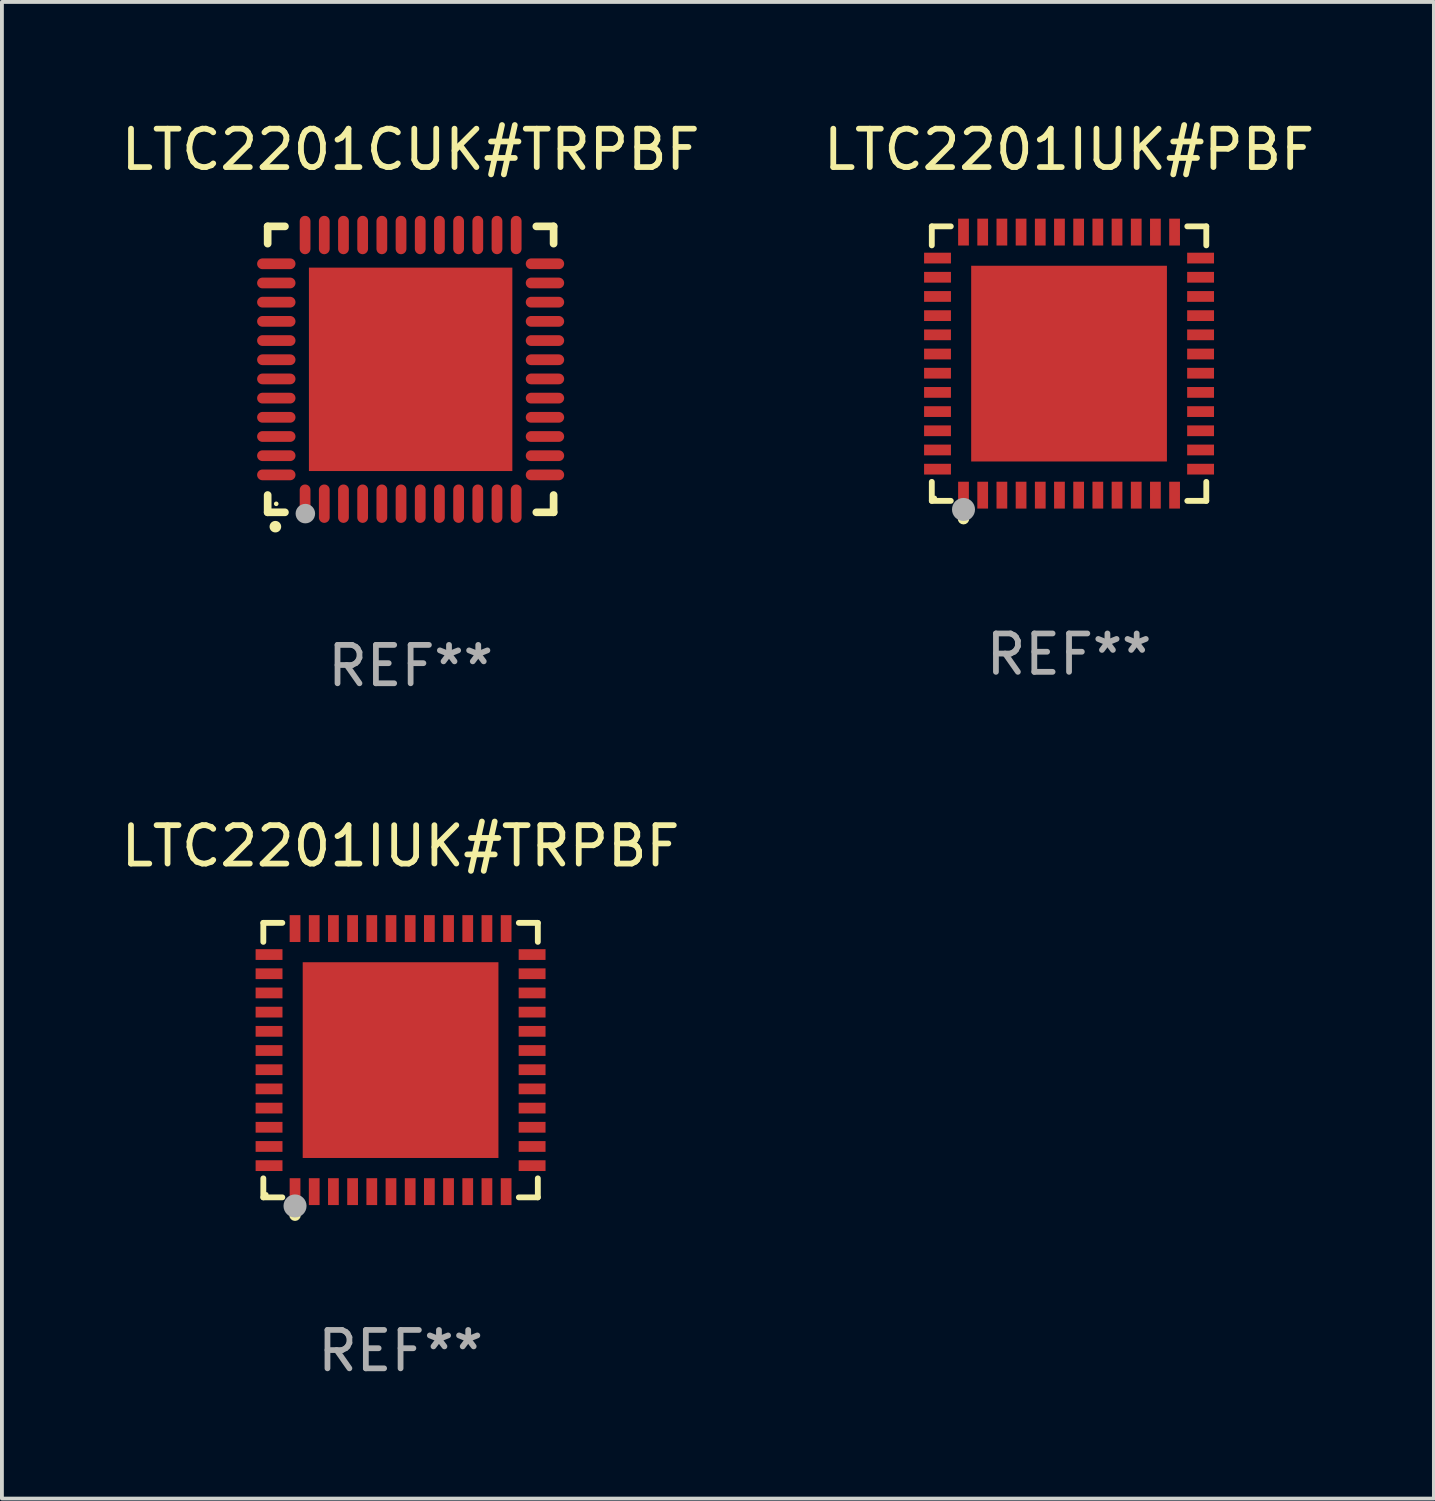
<source format=kicad_pcb>
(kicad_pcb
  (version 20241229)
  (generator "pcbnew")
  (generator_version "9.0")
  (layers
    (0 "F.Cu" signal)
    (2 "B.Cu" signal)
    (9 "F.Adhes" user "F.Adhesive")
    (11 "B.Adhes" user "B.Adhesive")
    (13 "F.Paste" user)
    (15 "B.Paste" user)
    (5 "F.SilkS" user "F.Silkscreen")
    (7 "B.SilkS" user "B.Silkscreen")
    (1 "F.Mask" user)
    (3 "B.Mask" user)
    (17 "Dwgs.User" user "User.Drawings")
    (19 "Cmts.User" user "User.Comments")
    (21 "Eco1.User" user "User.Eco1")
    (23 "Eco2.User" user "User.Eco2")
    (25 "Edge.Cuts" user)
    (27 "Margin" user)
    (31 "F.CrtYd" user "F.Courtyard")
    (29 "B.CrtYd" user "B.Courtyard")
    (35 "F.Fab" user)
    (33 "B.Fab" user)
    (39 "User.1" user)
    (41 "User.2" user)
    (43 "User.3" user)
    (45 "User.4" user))
  (footprint "LTC2201IUK#PBF"
    (layer "F.Cu")
    (at 24.804 6.424)
    (property "Reference" "LTC2201IUK#PBF" (at 0 -5.576 0) (layer "F.SilkS") (effects (font (size 1 1) (thickness 0.15))))
    (attr through_hole)
    (fp_line (start -3.576 -3.576) (end -3.081 -3.576) (stroke (width 0.152) (type solid)) (layer "F.SilkS"))
    (fp_line (start -3.576 -3.081) (end -3.576 -3.576) (stroke (width 0.152) (type solid)) (layer "F.SilkS"))
    (fp_line (start -3.576 3.081) (end -3.576 3.576) (stroke (width 0.152) (type solid)) (layer "F.SilkS"))
    (fp_line (start -3.576 3.576) (end -3.081 3.576) (stroke (width 0.152) (type solid)) (layer "F.SilkS"))
    (fp_line (start 3.576 -3.576) (end 3.081 -3.576) (stroke (width 0.152) (type solid)) (layer "F.SilkS"))
    (fp_line (start 3.576 -3.081) (end 3.576 -3.576) (stroke (width 0.152) (type solid)) (layer "F.SilkS"))
    (fp_line (start 3.576 3.081) (end 3.576 3.576) (stroke (width 0.152) (type solid)) (layer "F.SilkS"))
    (fp_line (start 3.576 3.576) (end 3.081 3.576) (stroke (width 0.152) (type solid)) (layer "F.SilkS"))
    (fp_circle (center -3.5 3.5) (end -3.47 3.5) (stroke (width 0.06) (type solid)) (fill no) (layer "F.SilkS"))
    (fp_circle (center -2.75 4.04) (end -2.675 4.04) (stroke (width 0.15) (type solid)) (fill no) (layer "F.SilkS"))
    (fp_circle (center -2.75 3.8) (end -2.6 3.8) (stroke (width 0.3) (type solid)) (fill no) (layer "F.Fab"))
    (fp_text user "REF**" (at 0 7.576 0) (layer "F.Fab") (effects (font (size 1 1) (thickness 0.15))))
    (pad "1" smd rect (at -2.75 3.427) (size 0.28 0.7) (layers "F.Cu" "F.Mask" "F.Paste"))
    (pad "2" smd rect (at -2.25 3.427) (size 0.28 0.7) (layers "F.Cu" "F.Mask" "F.Paste"))
    (pad "3" smd rect (at -1.75 3.427) (size 0.28 0.7) (layers "F.Cu" "F.Mask" "F.Paste"))
    (pad "4" smd rect (at -1.25 3.427) (size 0.28 0.7) (layers "F.Cu" "F.Mask" "F.Paste"))
    (pad "5" smd rect (at -0.75 3.427) (size 0.28 0.7) (layers "F.Cu" "F.Mask" "F.Paste"))
    (pad "6" smd rect (at -0.25 3.427) (size 0.28 0.7) (layers "F.Cu" "F.Mask" "F.Paste"))
    (pad "7" smd rect (at 0.25 3.427) (size 0.28 0.7) (layers "F.Cu" "F.Mask" "F.Paste"))
    (pad "8" smd rect (at 0.75 3.427) (size 0.28 0.7) (layers "F.Cu" "F.Mask" "F.Paste"))
    (pad "9" smd rect (at 1.25 3.427) (size 0.28 0.7) (layers "F.Cu" "F.Mask" "F.Paste"))
    (pad "10" smd rect (at 1.75 3.427) (size 0.28 0.7) (layers "F.Cu" "F.Mask" "F.Paste"))
    (pad "11" smd rect (at 2.25 3.427) (size 0.28 0.7) (layers "F.Cu" "F.Mask" "F.Paste"))
    (pad "12" smd rect (at 2.75 3.427) (size 0.28 0.7) (layers "F.Cu" "F.Mask" "F.Paste"))
    (pad "13" smd rect (at 3.427 2.75) (size 0.7 0.28) (layers "F.Cu" "F.Mask" "F.Paste"))
    (pad "14" smd rect (at 3.427 2.25) (size 0.7 0.28) (layers "F.Cu" "F.Mask" "F.Paste"))
    (pad "15" smd rect (at 3.427 1.75) (size 0.7 0.28) (layers "F.Cu" "F.Mask" "F.Paste"))
    (pad "16" smd rect (at 3.427 1.25) (size 0.7 0.28) (layers "F.Cu" "F.Mask" "F.Paste"))
    (pad "17" smd rect (at 3.427 0.75) (size 0.7 0.28) (layers "F.Cu" "F.Mask" "F.Paste"))
    (pad "18" smd rect (at 3.427 0.25) (size 0.7 0.28) (layers "F.Cu" "F.Mask" "F.Paste"))
    (pad "19" smd rect (at 3.427 -0.25) (size 0.7 0.28) (layers "F.Cu" "F.Mask" "F.Paste"))
    (pad "20" smd rect (at 3.427 -0.75) (size 0.7 0.28) (layers "F.Cu" "F.Mask" "F.Paste"))
    (pad "21" smd rect (at 3.427 -1.25) (size 0.7 0.28) (layers "F.Cu" "F.Mask" "F.Paste"))
    (pad "22" smd rect (at 3.427 -1.75) (size 0.7 0.28) (layers "F.Cu" "F.Mask" "F.Paste"))
    (pad "23" smd rect (at 3.427 -2.25) (size 0.7 0.28) (layers "F.Cu" "F.Mask" "F.Paste"))
    (pad "24" smd rect (at 3.427 -2.75) (size 0.7 0.28) (layers "F.Cu" "F.Mask" "F.Paste"))
    (pad "25" smd rect (at 2.75 -3.427) (size 0.28 0.7) (layers "F.Cu" "F.Mask" "F.Paste"))
    (pad "26" smd rect (at 2.25 -3.427) (size 0.28 0.7) (layers "F.Cu" "F.Mask" "F.Paste"))
    (pad "27" smd rect (at 1.75 -3.427) (size 0.28 0.7) (layers "F.Cu" "F.Mask" "F.Paste"))
    (pad "28" smd rect (at 1.25 -3.427) (size 0.28 0.7) (layers "F.Cu" "F.Mask" "F.Paste"))
    (pad "29" smd rect (at 0.75 -3.427) (size 0.28 0.7) (layers "F.Cu" "F.Mask" "F.Paste"))
    (pad "30" smd rect (at 0.25 -3.427) (size 0.28 0.7) (layers "F.Cu" "F.Mask" "F.Paste"))
    (pad "31" smd rect (at -0.25 -3.427) (size 0.28 0.7) (layers "F.Cu" "F.Mask" "F.Paste"))
    (pad "32" smd rect (at -0.75 -3.427) (size 0.28 0.7) (layers "F.Cu" "F.Mask" "F.Paste"))
    (pad "33" smd rect (at -1.25 -3.427) (size 0.28 0.7) (layers "F.Cu" "F.Mask" "F.Paste"))
    (pad "34" smd rect (at -1.75 -3.427) (size 0.28 0.7) (layers "F.Cu" "F.Mask" "F.Paste"))
    (pad "35" smd rect (at -2.25 -3.427) (size 0.28 0.7) (layers "F.Cu" "F.Mask" "F.Paste"))
    (pad "36" smd rect (at -2.75 -3.427) (size 0.28 0.7) (layers "F.Cu" "F.Mask" "F.Paste"))
    (pad "37" smd rect (at -3.427 -2.75) (size 0.7 0.28) (layers "F.Cu" "F.Mask" "F.Paste"))
    (pad "38" smd rect (at -3.427 -2.25) (size 0.7 0.28) (layers "F.Cu" "F.Mask" "F.Paste"))
    (pad "39" smd rect (at -3.427 -1.75) (size 0.7 0.28) (layers "F.Cu" "F.Mask" "F.Paste"))
    (pad "40" smd rect (at -3.427 -1.25) (size 0.7 0.28) (layers "F.Cu" "F.Mask" "F.Paste"))
    (pad "41" smd rect (at -3.427 -0.75) (size 0.7 0.28) (layers "F.Cu" "F.Mask" "F.Paste"))
    (pad "42" smd rect (at -3.427 -0.25) (size 0.7 0.28) (layers "F.Cu" "F.Mask" "F.Paste"))
    (pad "43" smd rect (at -3.427 0.25) (size 0.7 0.28) (layers "F.Cu" "F.Mask" "F.Paste"))
    (pad "44" smd rect (at -3.427 0.75) (size 0.7 0.28) (layers "F.Cu" "F.Mask" "F.Paste"))
    (pad "45" smd rect (at -3.427 1.25) (size 0.7 0.28) (layers "F.Cu" "F.Mask" "F.Paste"))
    (pad "46" smd rect (at -3.427 1.75) (size 0.7 0.28) (layers "F.Cu" "F.Mask" "F.Paste"))
    (pad "47" smd rect (at -3.427 2.25) (size 0.7 0.28) (layers "F.Cu" "F.Mask" "F.Paste"))
    (pad "48" smd rect (at -3.427 2.75) (size 0.7 0.28) (layers "F.Cu" "F.Mask" "F.Paste"))
    (pad "49" smd rect (at 0 0) (size 5.1 5.1) (layers "F.Cu" "F.Mask" "F.Paste")))
  (footprint "LTC2201CUK#TRPBF"
    (layer "F.Cu")
    (at 7.649 6.573)
    (property "Reference" "LTC2201CUK#TRPBF" (at 0 -5.725 0) (layer "F.SilkS") (effects (font (size 1 1) (thickness 0.15))))
    (attr through_hole)
    (fp_line (start -3.725 -3.725) (end -3.275 -3.725) (stroke (width 0.2) (type solid)) (layer "F.SilkS"))
    (fp_line (start -3.725 -3.275) (end -3.725 -3.725) (stroke (width 0.2) (type solid)) (layer "F.SilkS"))
    (fp_line (start -3.725 3.725) (end -3.725 3.275) (stroke (width 0.2) (type solid)) (layer "F.SilkS"))
    (fp_line (start -3.275 3.725) (end -3.725 3.725) (stroke (width 0.2) (type solid)) (layer "F.SilkS"))
    (fp_line (start 3.275 3.725) (end 3.725 3.725) (stroke (width 0.2) (type solid)) (layer "F.SilkS"))
    (fp_line (start 3.725 -3.725) (end 3.275 -3.725) (stroke (width 0.2) (type solid)) (layer "F.SilkS"))
    (fp_line (start 3.725 -3.275) (end 3.725 -3.725) (stroke (width 0.2) (type solid)) (layer "F.SilkS"))
    (fp_line (start 3.725 3.725) (end 3.725 3.275) (stroke (width 0.2) (type solid)) (layer "F.SilkS"))
    (fp_arc (start -3.525527 4.099568) (mid -3.524257 4.099563) (end -3.522987 4.099568) (stroke (width 0.3) (type solid)) (layer "F.SilkS"))
    (fp_circle (center -3.502 3.504) (end -3.472 3.504) (stroke (width 0.06) (type solid)) (fill no) (layer "F.SilkS"))
    (fp_circle (center -2.743 3.759) (end -2.616 3.759) (stroke (width 0.254) (type solid)) (fill no) (layer "F.Fab"))
    (fp_text user "REF**" (at 0 7.725 0) (layer "F.Fab") (effects (font (size 1 1) (thickness 0.15))))
    (pad "1" smd oval (at -2.75 3.5) (size 0.28 1) (layers "F.Cu" "F.Mask" "F.Paste"))
    (pad "2" smd oval (at -2.25 3.5) (size 0.28 1) (layers "F.Cu" "F.Mask" "F.Paste"))
    (pad "3" smd oval (at -1.75 3.5) (size 0.28 1) (layers "F.Cu" "F.Mask" "F.Paste"))
    (pad "4" smd oval (at -1.25 3.5) (size 0.28 1) (layers "F.Cu" "F.Mask" "F.Paste"))
    (pad "5" smd oval (at -0.75 3.5) (size 0.28 1) (layers "F.Cu" "F.Mask" "F.Paste"))
    (pad "6" smd oval (at -0.25 3.5) (size 0.28 1) (layers "F.Cu" "F.Mask" "F.Paste"))
    (pad "7" smd oval (at 0.25 3.5) (size 0.28 1) (layers "F.Cu" "F.Mask" "F.Paste"))
    (pad "8" smd oval (at 0.75 3.5) (size 0.28 1) (layers "F.Cu" "F.Mask" "F.Paste"))
    (pad "9" smd oval (at 1.25 3.5) (size 0.28 1) (layers "F.Cu" "F.Mask" "F.Paste"))
    (pad "10" smd oval (at 1.75 3.5) (size 0.28 1) (layers "F.Cu" "F.Mask" "F.Paste"))
    (pad "11" smd oval (at 2.25 3.5) (size 0.28 1) (layers "F.Cu" "F.Mask" "F.Paste"))
    (pad "12" smd oval (at 2.75 3.5) (size 0.28 1) (layers "F.Cu" "F.Mask" "F.Paste"))
    (pad "13" smd oval (at 3.5 2.75) (size 1 0.28) (layers "F.Cu" "F.Mask" "F.Paste"))
    (pad "14" smd oval (at 3.5 2.25) (size 1 0.28) (layers "F.Cu" "F.Mask" "F.Paste"))
    (pad "15" smd oval (at 3.5 1.75) (size 1 0.28) (layers "F.Cu" "F.Mask" "F.Paste"))
    (pad "16" smd oval (at 3.5 1.25) (size 1 0.28) (layers "F.Cu" "F.Mask" "F.Paste"))
    (pad "17" smd oval (at 3.5 0.75) (size 1 0.28) (layers "F.Cu" "F.Mask" "F.Paste"))
    (pad "18" smd oval (at 3.5 0.25) (size 1 0.28) (layers "F.Cu" "F.Mask" "F.Paste"))
    (pad "19" smd oval (at 3.5 -0.25) (size 1 0.28) (layers "F.Cu" "F.Mask" "F.Paste"))
    (pad "20" smd oval (at 3.5 -0.75) (size 1 0.28) (layers "F.Cu" "F.Mask" "F.Paste"))
    (pad "21" smd oval (at 3.5 -1.25) (size 1 0.28) (layers "F.Cu" "F.Mask" "F.Paste"))
    (pad "22" smd oval (at 3.5 -1.75) (size 1 0.28) (layers "F.Cu" "F.Mask" "F.Paste"))
    (pad "23" smd oval (at 3.5 -2.25) (size 1 0.28) (layers "F.Cu" "F.Mask" "F.Paste"))
    (pad "24" smd oval (at 3.5 -2.75) (size 1 0.28) (layers "F.Cu" "F.Mask" "F.Paste"))
    (pad "25" smd oval (at 2.75 -3.5) (size 0.28 1) (layers "F.Cu" "F.Mask" "F.Paste"))
    (pad "26" smd oval (at 2.25 -3.5) (size 0.28 1) (layers "F.Cu" "F.Mask" "F.Paste"))
    (pad "27" smd oval (at 1.75 -3.5) (size 0.28 1) (layers "F.Cu" "F.Mask" "F.Paste"))
    (pad "28" smd oval (at 1.25 -3.5) (size 0.28 1) (layers "F.Cu" "F.Mask" "F.Paste"))
    (pad "29" smd oval (at 0.75 -3.5) (size 0.28 1) (layers "F.Cu" "F.Mask" "F.Paste"))
    (pad "30" smd oval (at 0.25 -3.5) (size 0.28 1) (layers "F.Cu" "F.Mask" "F.Paste"))
    (pad "31" smd oval (at -0.25 -3.5) (size 0.28 1) (layers "F.Cu" "F.Mask" "F.Paste"))
    (pad "32" smd oval (at -0.75 -3.5) (size 0.28 1) (layers "F.Cu" "F.Mask" "F.Paste"))
    (pad "33" smd oval (at -1.25 -3.5) (size 0.28 1) (layers "F.Cu" "F.Mask" "F.Paste"))
    (pad "34" smd oval (at -1.75 -3.5) (size 0.28 1) (layers "F.Cu" "F.Mask" "F.Paste"))
    (pad "35" smd oval (at -2.25 -3.5) (size 0.28 1) (layers "F.Cu" "F.Mask" "F.Paste"))
    (pad "36" smd oval (at -2.75 -3.5) (size 0.28 1) (layers "F.Cu" "F.Mask" "F.Paste"))
    (pad "37" smd oval (at -3.5 -2.75) (size 1 0.28) (layers "F.Cu" "F.Mask" "F.Paste"))
    (pad "38" smd oval (at -3.5 -2.25) (size 1 0.28) (layers "F.Cu" "F.Mask" "F.Paste"))
    (pad "39" smd oval (at -3.5 -1.75) (size 1 0.28) (layers "F.Cu" "F.Mask" "F.Paste"))
    (pad "40" smd oval (at -3.5 -1.25) (size 1 0.28) (layers "F.Cu" "F.Mask" "F.Paste"))
    (pad "41" smd oval (at -3.5 -0.75) (size 1 0.28) (layers "F.Cu" "F.Mask" "F.Paste"))
    (pad "42" smd oval (at -3.5 -0.25) (size 1 0.28) (layers "F.Cu" "F.Mask" "F.Paste"))
    (pad "43" smd oval (at -3.5 0.25) (size 1 0.28) (layers "F.Cu" "F.Mask" "F.Paste"))
    (pad "44" smd oval (at -3.5 0.75) (size 1 0.28) (layers "F.Cu" "F.Mask" "F.Paste"))
    (pad "45" smd oval (at -3.5 1.25) (size 1 0.28) (layers "F.Cu" "F.Mask" "F.Paste"))
    (pad "46" smd oval (at -3.5 1.75) (size 1 0.28) (layers "F.Cu" "F.Mask" "F.Paste"))
    (pad "47" smd oval (at -3.5 2.25) (size 1 0.28) (layers "F.Cu" "F.Mask" "F.Paste"))
    (pad "48" smd oval (at -3.5 2.75) (size 1 0.28) (layers "F.Cu" "F.Mask" "F.Paste"))
    (pad "49" smd rect (at 0 0) (size 5.3 5.3) (layers "F.Cu" "F.Mask" "F.Paste")))
  (footprint "LTC2201IUK#TRPBF"
    (layer "F.Cu")
    (at 7.387 24.571)
    (property "Reference" "LTC2201IUK#TRPBF" (at 0 -5.576 0) (layer "F.SilkS") (effects (font (size 1 1) (thickness 0.15))))
    (attr through_hole)
    (fp_line (start -3.576 -3.576) (end -3.081 -3.576) (stroke (width 0.152) (type solid)) (layer "F.SilkS"))
    (fp_line (start -3.576 -3.081) (end -3.576 -3.576) (stroke (width 0.152) (type solid)) (layer "F.SilkS"))
    (fp_line (start -3.576 3.081) (end -3.576 3.576) (stroke (width 0.152) (type solid)) (layer "F.SilkS"))
    (fp_line (start -3.576 3.576) (end -3.081 3.576) (stroke (width 0.152) (type solid)) (layer "F.SilkS"))
    (fp_line (start 3.576 -3.576) (end 3.081 -3.576) (stroke (width 0.152) (type solid)) (layer "F.SilkS"))
    (fp_line (start 3.576 -3.081) (end 3.576 -3.576) (stroke (width 0.152) (type solid)) (layer "F.SilkS"))
    (fp_line (start 3.576 3.081) (end 3.576 3.576) (stroke (width 0.152) (type solid)) (layer "F.SilkS"))
    (fp_line (start 3.576 3.576) (end 3.081 3.576) (stroke (width 0.152) (type solid)) (layer "F.SilkS"))
    (fp_circle (center -3.5 3.5) (end -3.47 3.5) (stroke (width 0.06) (type solid)) (fill no) (layer "F.SilkS"))
    (fp_circle (center -2.75 4.04) (end -2.675 4.04) (stroke (width 0.15) (type solid)) (fill no) (layer "F.SilkS"))
    (fp_circle (center -2.75 3.8) (end -2.6 3.8) (stroke (width 0.3) (type solid)) (fill no) (layer "F.Fab"))
    (fp_text user "REF**" (at 0 7.576 0) (layer "F.Fab") (effects (font (size 1 1) (thickness 0.15))))
    (pad "1" smd rect (at -2.75 3.427) (size 0.28 0.7) (layers "F.Cu" "F.Mask" "F.Paste"))
    (pad "2" smd rect (at -2.25 3.427) (size 0.28 0.7) (layers "F.Cu" "F.Mask" "F.Paste"))
    (pad "3" smd rect (at -1.75 3.427) (size 0.28 0.7) (layers "F.Cu" "F.Mask" "F.Paste"))
    (pad "4" smd rect (at -1.25 3.427) (size 0.28 0.7) (layers "F.Cu" "F.Mask" "F.Paste"))
    (pad "5" smd rect (at -0.75 3.427) (size 0.28 0.7) (layers "F.Cu" "F.Mask" "F.Paste"))
    (pad "6" smd rect (at -0.25 3.427) (size 0.28 0.7) (layers "F.Cu" "F.Mask" "F.Paste"))
    (pad "7" smd rect (at 0.25 3.427) (size 0.28 0.7) (layers "F.Cu" "F.Mask" "F.Paste"))
    (pad "8" smd rect (at 0.75 3.427) (size 0.28 0.7) (layers "F.Cu" "F.Mask" "F.Paste"))
    (pad "9" smd rect (at 1.25 3.427) (size 0.28 0.7) (layers "F.Cu" "F.Mask" "F.Paste"))
    (pad "10" smd rect (at 1.75 3.427) (size 0.28 0.7) (layers "F.Cu" "F.Mask" "F.Paste"))
    (pad "11" smd rect (at 2.25 3.427) (size 0.28 0.7) (layers "F.Cu" "F.Mask" "F.Paste"))
    (pad "12" smd rect (at 2.75 3.427) (size 0.28 0.7) (layers "F.Cu" "F.Mask" "F.Paste"))
    (pad "13" smd rect (at 3.427 2.75) (size 0.7 0.28) (layers "F.Cu" "F.Mask" "F.Paste"))
    (pad "14" smd rect (at 3.427 2.25) (size 0.7 0.28) (layers "F.Cu" "F.Mask" "F.Paste"))
    (pad "15" smd rect (at 3.427 1.75) (size 0.7 0.28) (layers "F.Cu" "F.Mask" "F.Paste"))
    (pad "16" smd rect (at 3.427 1.25) (size 0.7 0.28) (layers "F.Cu" "F.Mask" "F.Paste"))
    (pad "17" smd rect (at 3.427 0.75) (size 0.7 0.28) (layers "F.Cu" "F.Mask" "F.Paste"))
    (pad "18" smd rect (at 3.427 0.25) (size 0.7 0.28) (layers "F.Cu" "F.Mask" "F.Paste"))
    (pad "19" smd rect (at 3.427 -0.25) (size 0.7 0.28) (layers "F.Cu" "F.Mask" "F.Paste"))
    (pad "20" smd rect (at 3.427 -0.75) (size 0.7 0.28) (layers "F.Cu" "F.Mask" "F.Paste"))
    (pad "21" smd rect (at 3.427 -1.25) (size 0.7 0.28) (layers "F.Cu" "F.Mask" "F.Paste"))
    (pad "22" smd rect (at 3.427 -1.75) (size 0.7 0.28) (layers "F.Cu" "F.Mask" "F.Paste"))
    (pad "23" smd rect (at 3.427 -2.25) (size 0.7 0.28) (layers "F.Cu" "F.Mask" "F.Paste"))
    (pad "24" smd rect (at 3.427 -2.75) (size 0.7 0.28) (layers "F.Cu" "F.Mask" "F.Paste"))
    (pad "25" smd rect (at 2.75 -3.427) (size 0.28 0.7) (layers "F.Cu" "F.Mask" "F.Paste"))
    (pad "26" smd rect (at 2.25 -3.427) (size 0.28 0.7) (layers "F.Cu" "F.Mask" "F.Paste"))
    (pad "27" smd rect (at 1.75 -3.427) (size 0.28 0.7) (layers "F.Cu" "F.Mask" "F.Paste"))
    (pad "28" smd rect (at 1.25 -3.427) (size 0.28 0.7) (layers "F.Cu" "F.Mask" "F.Paste"))
    (pad "29" smd rect (at 0.75 -3.427) (size 0.28 0.7) (layers "F.Cu" "F.Mask" "F.Paste"))
    (pad "30" smd rect (at 0.25 -3.427) (size 0.28 0.7) (layers "F.Cu" "F.Mask" "F.Paste"))
    (pad "31" smd rect (at -0.25 -3.427) (size 0.28 0.7) (layers "F.Cu" "F.Mask" "F.Paste"))
    (pad "32" smd rect (at -0.75 -3.427) (size 0.28 0.7) (layers "F.Cu" "F.Mask" "F.Paste"))
    (pad "33" smd rect (at -1.25 -3.427) (size 0.28 0.7) (layers "F.Cu" "F.Mask" "F.Paste"))
    (pad "34" smd rect (at -1.75 -3.427) (size 0.28 0.7) (layers "F.Cu" "F.Mask" "F.Paste"))
    (pad "35" smd rect (at -2.25 -3.427) (size 0.28 0.7) (layers "F.Cu" "F.Mask" "F.Paste"))
    (pad "36" smd rect (at -2.75 -3.427) (size 0.28 0.7) (layers "F.Cu" "F.Mask" "F.Paste"))
    (pad "37" smd rect (at -3.427 -2.75) (size 0.7 0.28) (layers "F.Cu" "F.Mask" "F.Paste"))
    (pad "38" smd rect (at -3.427 -2.25) (size 0.7 0.28) (layers "F.Cu" "F.Mask" "F.Paste"))
    (pad "39" smd rect (at -3.427 -1.75) (size 0.7 0.28) (layers "F.Cu" "F.Mask" "F.Paste"))
    (pad "40" smd rect (at -3.427 -1.25) (size 0.7 0.28) (layers "F.Cu" "F.Mask" "F.Paste"))
    (pad "41" smd rect (at -3.427 -0.75) (size 0.7 0.28) (layers "F.Cu" "F.Mask" "F.Paste"))
    (pad "42" smd rect (at -3.427 -0.25) (size 0.7 0.28) (layers "F.Cu" "F.Mask" "F.Paste"))
    (pad "43" smd rect (at -3.427 0.25) (size 0.7 0.28) (layers "F.Cu" "F.Mask" "F.Paste"))
    (pad "44" smd rect (at -3.427 0.75) (size 0.7 0.28) (layers "F.Cu" "F.Mask" "F.Paste"))
    (pad "45" smd rect (at -3.427 1.25) (size 0.7 0.28) (layers "F.Cu" "F.Mask" "F.Paste"))
    (pad "46" smd rect (at -3.427 1.75) (size 0.7 0.28) (layers "F.Cu" "F.Mask" "F.Paste"))
    (pad "47" smd rect (at -3.427 2.25) (size 0.7 0.28) (layers "F.Cu" "F.Mask" "F.Paste"))
    (pad "48" smd rect (at -3.427 2.75) (size 0.7 0.28) (layers "F.Cu" "F.Mask" "F.Paste"))
    (pad "49" smd rect (at 0 0) (size 5.1 5.1) (layers "F.Cu" "F.Mask" "F.Paste")))
  (gr_rect
    (start -3 -3)
    (end 34.31 35.995)
    (stroke (width 0.1) (type default))
    (fill no)
    (layer "Edge.Cuts")))
</source>
